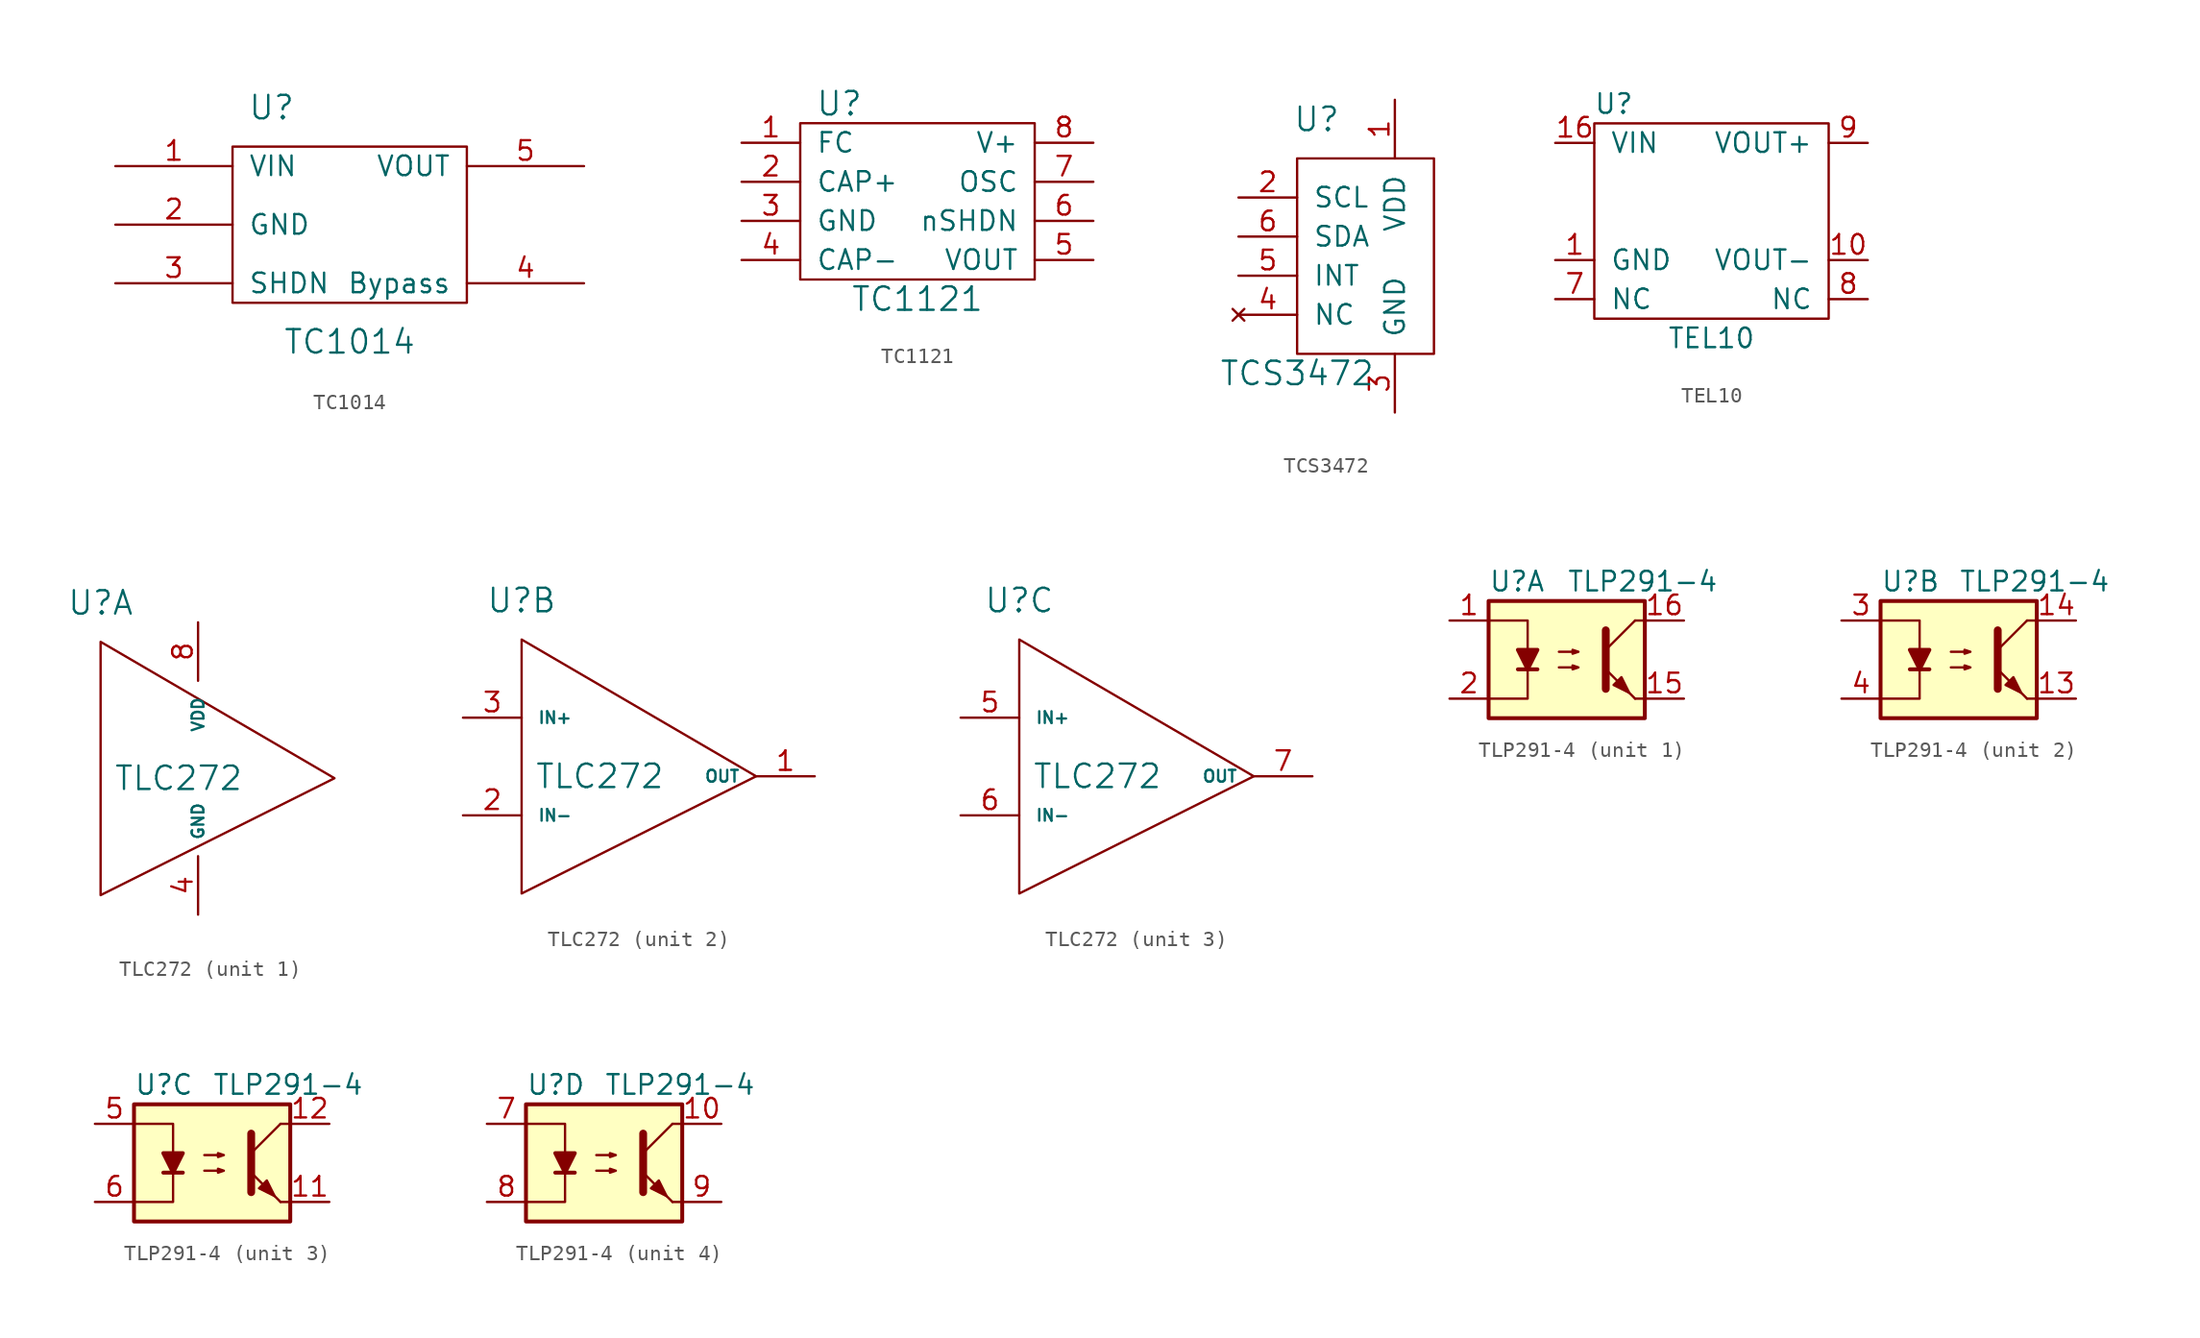
<source format=kicad_sym>
(kicad_symbol_lib
  (version 20210619)
  (generator kicad_symbol_editor)
  (symbol "tinkerforge:TC1014"
    (pin_names
      (offset 1.016))
    (property "Reference" "U"
      (at -5.08 5.08 0)
      (effects (font (size 1.524 1.524))))
    (property "Value" "TC1014"
      (at 0 -10.16 0)
      (effects (font (size 1.524 1.524))))
    (property "Footprint" ""
      (at 0 0 0)
      (effects (font (size 1.524 1.524))))
    (property "Datasheet" ""
      (at 0 0 0)
      (effects (font (size 1.524 1.524))))
    (symbol "TC1014_0_1"
      (rectangle (start -7.62 2.54) (end 7.62 -7.62) (stroke (width 0)) (fill (type none))))
    (symbol "TC1014_1_1"
      (pin power_in line (at -15.24 1.27 0) (length 7.62) (name "VIN" (effects (font (size 1.27 1.27)))) (number "1" (effects (font (size 1.27 1.27)))))
      (pin passive line (at -15.24 -2.54 0) (length 7.62) (name "GND" (effects (font (size 1.27 1.27)))) (number "2" (effects (font (size 1.27 1.27)))))
      (pin passive line (at -15.24 -6.35 0) (length 7.62) (name "SHDN" (effects (font (size 1.27 1.27)))) (number "3" (effects (font (size 1.27 1.27)))))
      (pin passive line (at 15.24 -6.35 180) (length 7.62) (name "Bypass" (effects (font (size 1.27 1.27)))) (number "4" (effects (font (size 1.27 1.27)))))
      (pin power_out line (at 15.24 1.27 180) (length 7.62) (name "VOUT" (effects (font (size 1.27 1.27)))) (number "5" (effects (font (size 1.27 1.27)))))))
  (symbol "tinkerforge:TC1121"
    (pin_names
      (offset 1.016))
    (property "Reference" "U"
      (at -5.08 6.35 0)
      (effects (font (size 1.524 1.524))))
    (property "Value" "TC1121"
      (at 0 -6.35 0)
      (effects (font (size 1.524 1.524))))
    (property "Footprint" ""
      (at 0 0 0)
      (effects (font (size 1.524 1.524))))
    (property "Datasheet" ""
      (at 0 0 0)
      (effects (font (size 1.524 1.524))))
    (symbol "TC1121_0_1"
      (rectangle (start -7.62 5.08) (end 7.62 -5.08) (stroke (width 0)) (fill (type none))))
    (symbol "TC1121_1_1"
      (pin passive line (at -11.43 3.81 0) (length 3.81) (name "FC" (effects (font (size 1.27 1.27)))) (number "1" (effects (font (size 1.27 1.27)))))
      (pin passive line (at -11.43 1.27 0) (length 3.81) (name "CAP+" (effects (font (size 1.27 1.27)))) (number "2" (effects (font (size 1.27 1.27)))))
      (pin passive line (at -11.43 -1.27 0) (length 3.81) (name "GND" (effects (font (size 1.27 1.27)))) (number "3" (effects (font (size 1.27 1.27)))))
      (pin passive line (at -11.43 -3.81 0) (length 3.81) (name "CAP-" (effects (font (size 1.27 1.27)))) (number "4" (effects (font (size 1.27 1.27)))))
      (pin passive line (at 11.43 -3.81 180) (length 3.81) (name "VOUT" (effects (font (size 1.27 1.27)))) (number "5" (effects (font (size 1.27 1.27)))))
      (pin passive line (at 11.43 -1.27 180) (length 3.81) (name "nSHDN" (effects (font (size 1.27 1.27)))) (number "6" (effects (font (size 1.27 1.27)))))
      (pin passive line (at 11.43 1.27 180) (length 3.81) (name "OSC" (effects (font (size 1.27 1.27)))) (number "7" (effects (font (size 1.27 1.27)))))
      (pin passive line (at 11.43 3.81 180) (length 3.81) (name "V+" (effects (font (size 1.27 1.27)))) (number "8" (effects (font (size 1.27 1.27)))))))
  (symbol "tinkerforge:TCS3472"
    (pin_names
      (offset 1.016))
    (property "Reference" "U"
      (at -2.54 8.89 0)
      (effects (font (size 1.524 1.524))))
    (property "Value" "TCS3472"
      (at -3.81 -7.62 0)
      (effects (font (size 1.524 1.524))))
    (property "Footprint" ""
      (at 1.27 1.27 0)
      (effects (font (size 1.524 1.524))))
    (property "Datasheet" ""
      (at 1.27 1.27 0)
      (effects (font (size 1.524 1.524))))
    (symbol "TCS3472_0_1"
      (rectangle (start -3.81 6.35) (end 5.08 -6.35) (stroke (width 0)) (fill (type none))))
    (symbol "TCS3472_1_1"
      (pin passive line (at 2.54 10.16 270) (length 3.81) (name "VDD" (effects (font (size 1.27 1.27)))) (number "1" (effects (font (size 1.27 1.27)))))
      (pin passive line (at -7.62 3.81 0) (length 3.81) (name "SCL" (effects (font (size 1.27 1.27)))) (number "2" (effects (font (size 1.27 1.27)))))
      (pin passive line (at 2.54 -10.16 90) (length 3.81) (name "GND" (effects (font (size 1.27 1.27)))) (number "3" (effects (font (size 1.27 1.27)))))
      (pin no_connect line (at -7.62 -3.81 0) (length 3.81) (name "NC" (effects (font (size 1.27 1.27)))) (number "4" (effects (font (size 1.27 1.27)))))
      (pin passive line (at -7.62 -1.27 0) (length 3.81) (name "INT" (effects (font (size 1.27 1.27)))) (number "5" (effects (font (size 1.27 1.27)))))
      (pin passive line (at -7.62 1.27 0) (length 3.81) (name "SDA" (effects (font (size 1.27 1.27)))) (number "6" (effects (font (size 1.27 1.27)))))))
  (symbol "tinkerforge:TEL10"
    (pin_names
      (offset 1.016))
    (property "Reference" "U"
      (at -6.35 6.35 0)
      (effects (font (size 1.27 1.27))))
    (property "Value" "TEL10"
      (at 0 -8.89 0)
      (effects (font (size 1.27 1.27))))
    (symbol "TEL10_0_1"
      (rectangle (start -7.62 5.08) (end 7.62 -7.62) (stroke (width 0)) (fill (type none))))
    (symbol "TEL10_1_1"
      (pin passive line (at -10.16 -3.81 0) (length 2.54) (name "GND" (effects (font (size 1.27 1.27)))) (number "1" (effects (font (size 1.27 1.27)))))
      (pin passive line (at 10.16 -3.81 180) (length 2.54) (name "VOUT-" (effects (font (size 1.27 1.27)))) (number "10" (effects (font (size 1.27 1.27)))))
      (pin passive line (at -10.16 3.81 0) (length 2.54) (name "VIN" (effects (font (size 1.27 1.27)))) (number "16" (effects (font (size 1.27 1.27)))))
      (pin passive line (at -10.16 -6.35 0) (length 2.54) (name "NC" (effects (font (size 1.27 1.27)))) (number "7" (effects (font (size 1.27 1.27)))))
      (pin passive line (at 10.16 -6.35 180) (length 2.54) (name "NC" (effects (font (size 1.27 1.27)))) (number "8" (effects (font (size 1.27 1.27)))))
      (pin passive line (at 10.16 3.81 180) (length 2.54) (name "VOUT+" (effects (font (size 1.27 1.27)))) (number "9" (effects (font (size 1.27 1.27)))))))
  (symbol "tinkerforge:TLC272"
    (pin_names
      (offset 1.016))
    (property "Reference" "U"
      (at -7.62 11.43 0)
      (effects (font (size 1.524 1.524))))
    (property "Value" "TLC272"
      (at -2.54 0 0)
      (effects (font (size 1.524 1.524))))
    (property "Footprint" ""
      (at 0 0 0)
      (effects (font (size 1.524 1.524))))
    (property "Datasheet" ""
      (at 0 0 0)
      (effects (font (size 1.524 1.524))))
    (symbol "TLC272_0_1"
      (polyline (pts (xy -7.62 8.89) (xy -7.62 -7.62) (xy 7.62 0) (xy -7.62 8.89)) (stroke (width 0)) (fill (type none))))
    (symbol "TLC272_1_1"
      (pin power_in line (at -1.27 -8.89 90) (length 3.81) (name "GND" (effects (font (size 0.762 0.762)))) (number "4" (effects (font (size 1.27 1.27)))))
      (pin power_in line (at -1.27 10.16 270) (length 3.81) (name "VDD" (effects (font (size 0.762 0.762)))) (number "8" (effects (font (size 1.27 1.27))))))
    (symbol "TLC272_2_1"
      (pin output line (at 11.43 0 180) (length 3.81) (name "OUT" (effects (font (size 0.762 0.762)))) (number "1" (effects (font (size 1.27 1.27)))))
      (pin input line (at -11.43 -2.54 0) (length 3.81) (name "IN-" (effects (font (size 0.762 0.762)))) (number "2" (effects (font (size 1.27 1.27)))))
      (pin input line (at -11.43 3.81 0) (length 3.81) (name "IN+" (effects (font (size 0.762 0.762)))) (number "3" (effects (font (size 1.27 1.27))))))
    (symbol "TLC272_3_1"
      (pin input line (at -11.43 3.81 0) (length 3.81) (name "IN+" (effects (font (size 0.762 0.762)))) (number "5" (effects (font (size 1.27 1.27)))))
      (pin input line (at -11.43 -2.54 0) (length 3.81) (name "IN-" (effects (font (size 0.762 0.762)))) (number "6" (effects (font (size 1.27 1.27)))))
      (pin output line (at 11.43 0 180) (length 3.81) (name "OUT" (effects (font (size 0.762 0.762)))) (number "7" (effects (font (size 1.27 1.27)))))))
  (symbol "tinkerforge:TLP291-4"
    (pin_names
      (offset 1.016))
    (property "Reference" "U"
      (at -5.08 5.08 0)
      (effects (font (size 1.27 1.27)) (justify left)))
    (property "Value" "TLP291-4"
      (at 0 5.08 0)
      (effects (font (size 1.27 1.27)) (justify left)))
    (symbol "TLP291-4_0_1"
      (rectangle (start -5.08 3.81) (end 5.08 -3.81) (stroke (width 0.254)) (fill (type background)))
      (polyline (pts (xy -3.175 -0.635) (xy -1.905 -0.635)) (stroke (width 0.254)) (fill (type none)))
      (polyline (pts (xy 2.54 0.635) (xy 4.445 2.54)) (stroke (width 0)) (fill (type none)))
      (polyline (pts (xy 4.445 -2.54) (xy 5.08 -2.54)) (stroke (width 0)) (fill (type none)))
      (polyline (pts (xy 4.445 2.54) (xy 5.08 2.54)) (stroke (width 0)) (fill (type none)))
      (polyline (pts (xy -5.08 2.54) (xy -2.54 2.54) (xy -2.54 0.635)) (stroke (width 0)) (fill (type none)))
      (polyline (pts (xy -2.54 -0.635) (xy -2.54 -2.54) (xy -5.08 -2.54)) (stroke (width 0)) (fill (type none)))
      (polyline (pts (xy 2.54 1.905) (xy 2.54 -1.905) (xy 2.54 -1.905)) (stroke (width 0.508)) (fill (type none)))
      (polyline (pts (xy -0.508 -0.508) (xy 0.762 -0.508) (xy 0.381 -0.635) (xy 0.381 -0.381) (xy 0.762 -0.508)) (stroke (width 0)) (fill (type none)))
      (polyline (pts (xy -0.508 0.508) (xy 0.762 0.508) (xy 0.381 0.381) (xy 0.381 0.635) (xy 0.762 0.508)) (stroke (width 0)) (fill (type none)))
      (polyline (pts (xy 4.445 -2.54) (xy 2.54 -0.635)) (stroke (width 0)) (fill (type outline)))
      (polyline (pts (xy -2.54 -0.635) (xy -3.175 0.635) (xy -1.905 0.635) (xy -2.54 -0.635)) (stroke (width 0.254)) (fill (type outline)))
      (polyline (pts (xy 3.048 -1.651) (xy 3.556 -1.143) (xy 4.064 -2.159) (xy 3.048 -1.651) (xy 3.048 -1.651)) (stroke (width 0)) (fill (type outline))))
    (symbol "TLP291-4_1_1"
      (pin passive line (at -7.62 2.54 0) (length 2.54) (name "~" (effects (font (size 1.27 1.27)))) (number "1" (effects (font (size 1.27 1.27)))))
      (pin passive line (at 7.62 -2.54 180) (length 2.54) (name "~" (effects (font (size 1.27 1.27)))) (number "15" (effects (font (size 1.27 1.27)))))
      (pin passive line (at 7.62 2.54 180) (length 2.54) (name "~" (effects (font (size 1.27 1.27)))) (number "16" (effects (font (size 1.27 1.27)))))
      (pin passive line (at -7.62 -2.54 0) (length 2.54) (name "~" (effects (font (size 1.27 1.27)))) (number "2" (effects (font (size 1.27 1.27))))))
    (symbol "TLP291-4_2_1"
      (pin passive line (at 7.62 -2.54 180) (length 2.54) (name "~" (effects (font (size 1.27 1.27)))) (number "13" (effects (font (size 1.27 1.27)))))
      (pin passive line (at 7.62 2.54 180) (length 2.54) (name "~" (effects (font (size 1.27 1.27)))) (number "14" (effects (font (size 1.27 1.27)))))
      (pin passive line (at -7.62 2.54 0) (length 2.54) (name "~" (effects (font (size 1.27 1.27)))) (number "3" (effects (font (size 1.27 1.27)))))
      (pin passive line (at -7.62 -2.54 0) (length 2.54) (name "~" (effects (font (size 1.27 1.27)))) (number "4" (effects (font (size 1.27 1.27))))))
    (symbol "TLP291-4_3_1"
      (pin passive line (at 7.62 -2.54 180) (length 2.54) (name "~" (effects (font (size 1.27 1.27)))) (number "11" (effects (font (size 1.27 1.27)))))
      (pin passive line (at 7.62 2.54 180) (length 2.54) (name "~" (effects (font (size 1.27 1.27)))) (number "12" (effects (font (size 1.27 1.27)))))
      (pin passive line (at -7.62 2.54 0) (length 2.54) (name "~" (effects (font (size 1.27 1.27)))) (number "5" (effects (font (size 1.27 1.27)))))
      (pin passive line (at -7.62 -2.54 0) (length 2.54) (name "~" (effects (font (size 1.27 1.27)))) (number "6" (effects (font (size 1.27 1.27))))))
    (symbol "TLP291-4_4_1"
      (pin passive line (at 7.62 2.54 180) (length 2.54) (name "~" (effects (font (size 1.27 1.27)))) (number "10" (effects (font (size 1.27 1.27)))))
      (pin passive line (at -7.62 2.54 0) (length 2.54) (name "~" (effects (font (size 1.27 1.27)))) (number "7" (effects (font (size 1.27 1.27)))))
      (pin passive line (at -7.62 -2.54 0) (length 2.54) (name "~" (effects (font (size 1.27 1.27)))) (number "8" (effects (font (size 1.27 1.27)))))
      (pin passive line (at 7.62 -2.54 180) (length 2.54) (name "~" (effects (font (size 1.27 1.27)))) (number "9" (effects (font (size 1.27 1.27))))))))
</source>
